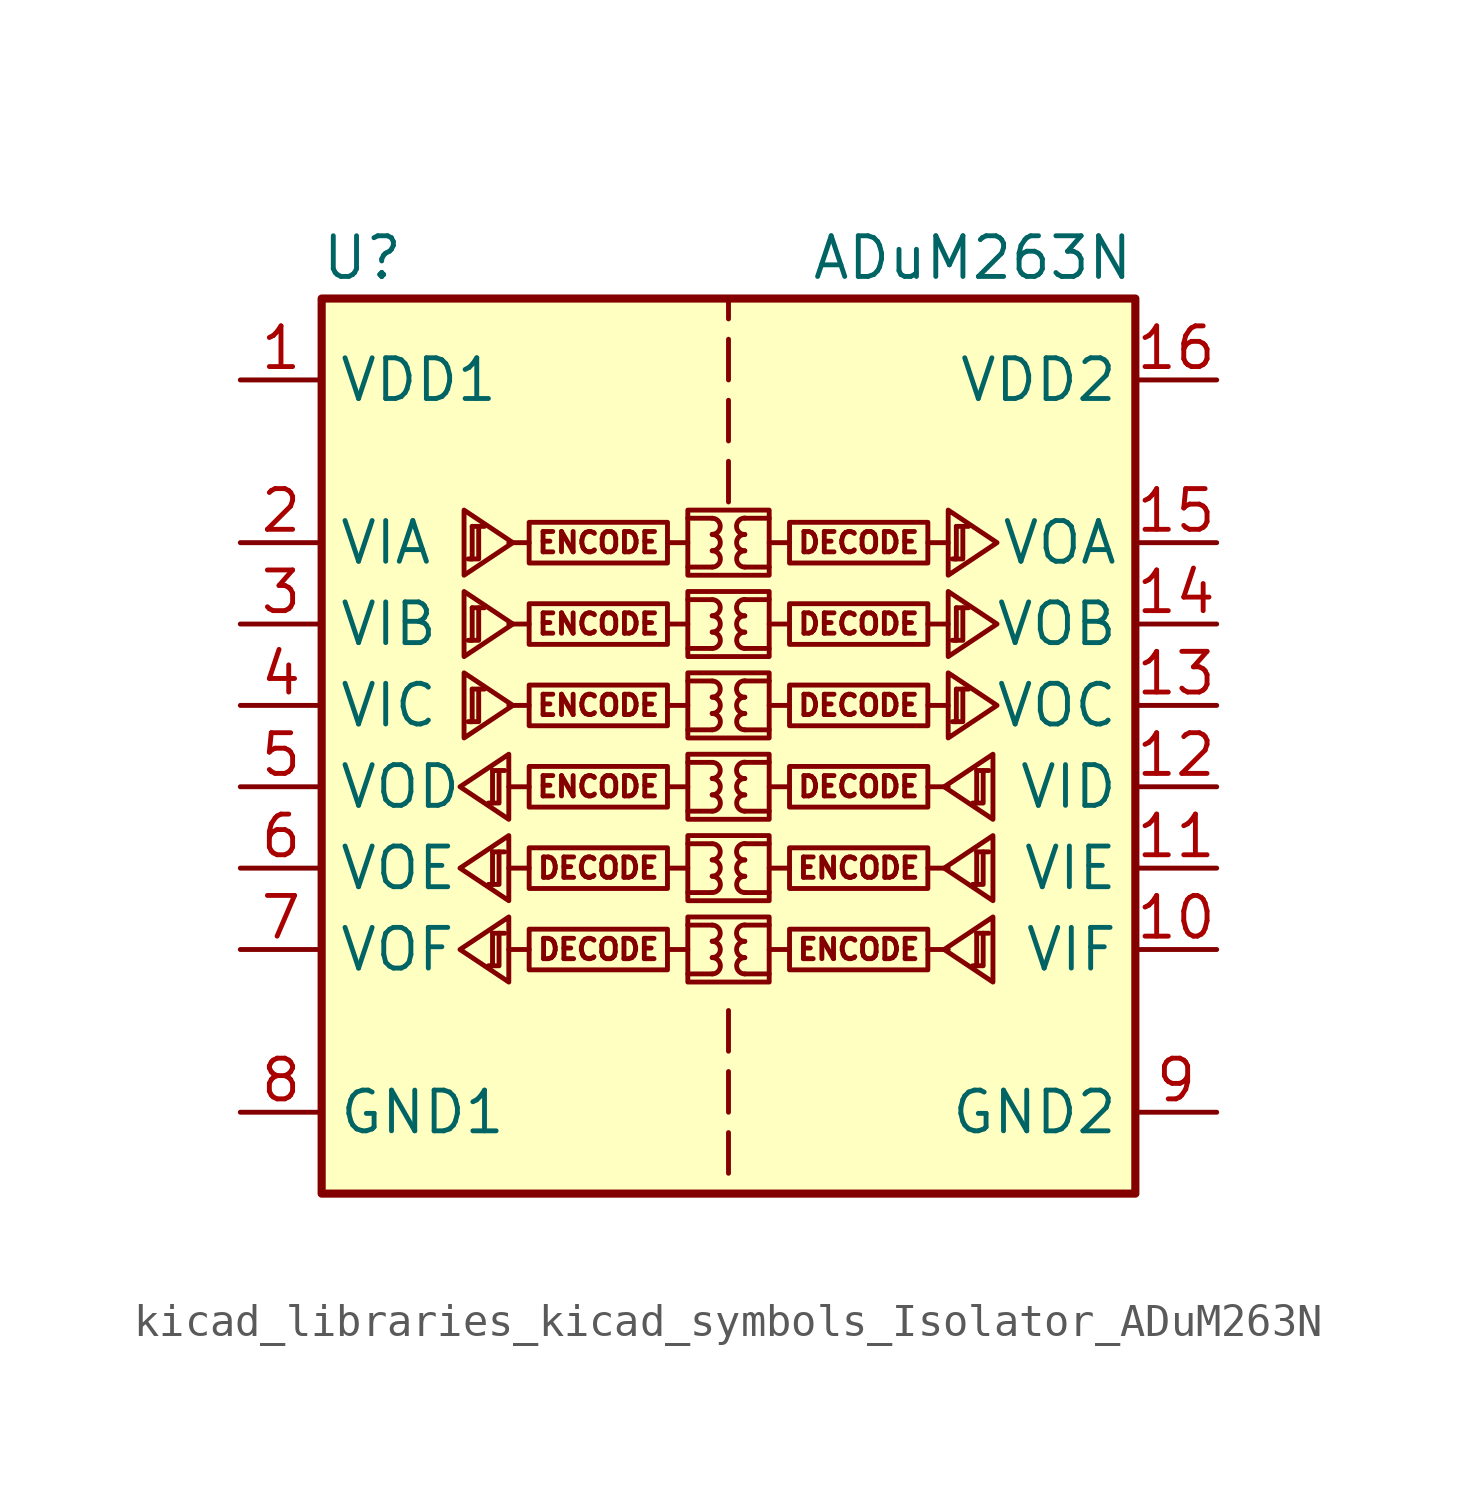
<source format=kicad_sym>
(kicad_symbol_lib
  (version 20220914)
  (generator kicad_symbol_editor)
  (symbol "kicad_libraries_kicad_symbols_Isolator_ADuM263N"
    (property "Reference" "U"
      (at -11.43 16.51 0)
      (effects (font (size 1.27 1.27))))
    (property "Value" "ADuM263N"
      (at 7.62 16.51 0)
      (effects (font (size 1.27 1.27))))
    (symbol "kicad_libraries_kicad_symbols_Isolator_ADuM263N_1_0"
      (rectangle (start -1.27 -4.064) (end 1.27 -6.096) (stroke (width 0) (type default)) (fill (type none)))
      (rectangle (start -1.27 -1.524) (end 1.27 -3.556) (stroke (width 0) (type default)) (fill (type none)))
      (rectangle (start -1.27 1.016) (end 1.27 -1.016) (stroke (width 0) (type default)) (fill (type none)))
      (rectangle (start -1.27 3.556) (end 1.27 1.524) (stroke (width 0) (type default)) (fill (type none)))
      (rectangle (start -1.27 6.096) (end 1.27 4.064) (stroke (width 0) (type default)) (fill (type none)))
      (rectangle (start -1.27 8.636) (end 1.27 6.604) (stroke (width 0) (type default)) (fill (type none)))
      (arc (start -0.508 -5.842) (mid -0.2551 -5.588) (end -0.508 -5.334) (stroke (width 0) (type default)) (fill (type none)))
      (arc (start -0.508 -5.334) (mid -0.2551 -5.08) (end -0.508 -4.826) (stroke (width 0) (type default)) (fill (type none)))
      (arc (start -0.508 -4.826) (mid -0.2551 -4.572) (end -0.508 -4.318) (stroke (width 0) (type default)) (fill (type none)))
      (arc (start -0.508 -3.302) (mid -0.2551 -3.048) (end -0.508 -2.794) (stroke (width 0) (type default)) (fill (type none)))
      (arc (start -0.508 -2.794) (mid -0.2551 -2.54) (end -0.508 -2.286) (stroke (width 0) (type default)) (fill (type none)))
      (arc (start -0.508 -2.286) (mid -0.2551 -2.032) (end -0.508 -1.778) (stroke (width 0) (type default)) (fill (type none)))
      (arc (start -0.508 -0.762) (mid -0.2551 -0.508) (end -0.508 -0.254) (stroke (width 0) (type default)) (fill (type none)))
      (arc (start -0.508 -0.254) (mid -0.2551 0) (end -0.508 0.254) (stroke (width 0) (type default)) (fill (type none)))
      (arc (start -0.508 0.254) (mid -0.2551 0.508) (end -0.508 0.762) (stroke (width 0) (type default)) (fill (type none)))
      (arc (start -0.508 1.778) (mid -0.2551 2.032) (end -0.508 2.286) (stroke (width 0) (type default)) (fill (type none)))
      (arc (start -0.508 2.286) (mid -0.2551 2.54) (end -0.508 2.794) (stroke (width 0) (type default)) (fill (type none)))
      (arc (start -0.508 2.794) (mid -0.2551 3.048) (end -0.508 3.302) (stroke (width 0) (type default)) (fill (type none)))
      (arc (start -0.508 4.318) (mid -0.2551 4.572) (end -0.508 4.826) (stroke (width 0) (type default)) (fill (type none)))
      (arc (start -0.508 4.826) (mid -0.2551 5.08) (end -0.508 5.334) (stroke (width 0) (type default)) (fill (type none)))
      (arc (start -0.508 5.334) (mid -0.2551 5.588) (end -0.508 5.842) (stroke (width 0) (type default)) (fill (type none)))
      (arc (start -0.508 6.858) (mid -0.2551 7.112) (end -0.508 7.366) (stroke (width 0) (type default)) (fill (type none)))
      (arc (start -0.508 7.366) (mid -0.2551 7.62) (end -0.508 7.874) (stroke (width 0) (type default)) (fill (type none)))
      (arc (start -0.508 7.874) (mid -0.2551 8.128) (end -0.508 8.382) (stroke (width 0) (type default)) (fill (type none)))
      (polyline (pts (xy -6.223 -5.08) (xy -6.858 -5.08)) (stroke (width 0) (type default)) (fill (type none)))
      (polyline (pts (xy -6.223 -2.54) (xy -6.858 -2.54)) (stroke (width 0) (type default)) (fill (type none)))
      (polyline (pts (xy -6.223 0) (xy -6.858 0)) (stroke (width 0) (type default)) (fill (type none)))
      (polyline (pts (xy -6.223 2.54) (xy -6.858 2.54)) (stroke (width 0) (type default)) (fill (type none)))
      (polyline (pts (xy -6.223 5.08) (xy -6.858 5.08)) (stroke (width 0) (type default)) (fill (type none)))
      (polyline (pts (xy -6.223 7.62) (xy -6.858 7.62)) (stroke (width 0) (type default)) (fill (type none)))
      (polyline (pts (xy -1.905 -5.08) (xy -1.27 -5.08)) (stroke (width 0) (type default)) (fill (type none)))
      (polyline (pts (xy -1.905 -2.54) (xy -1.27 -2.54)) (stroke (width 0) (type default)) (fill (type none)))
      (polyline (pts (xy -1.905 0) (xy -1.27 0)) (stroke (width 0) (type default)) (fill (type none)))
      (polyline (pts (xy -1.905 2.54) (xy -1.27 2.54)) (stroke (width 0) (type default)) (fill (type none)))
      (polyline (pts (xy -1.905 5.08) (xy -1.27 5.08)) (stroke (width 0) (type default)) (fill (type none)))
      (polyline (pts (xy -1.905 7.62) (xy -1.27 7.62)) (stroke (width 0) (type default)) (fill (type none)))
      (polyline (pts (xy -1.27 -5.842) (xy -0.508 -5.842)) (stroke (width 0) (type default)) (fill (type none)))
      (polyline (pts (xy -1.27 -4.318) (xy -0.508 -4.318)) (stroke (width 0) (type default)) (fill (type none)))
      (polyline (pts (xy -1.27 -3.302) (xy -0.508 -3.302)) (stroke (width 0) (type default)) (fill (type none)))
      (polyline (pts (xy -1.27 -1.778) (xy -0.508 -1.778)) (stroke (width 0) (type default)) (fill (type none)))
      (polyline (pts (xy -1.27 -0.762) (xy -0.508 -0.762)) (stroke (width 0) (type default)) (fill (type none)))
      (polyline (pts (xy -1.27 0.762) (xy -0.508 0.762)) (stroke (width 0) (type default)) (fill (type none)))
      (polyline (pts (xy -1.27 1.778) (xy -0.508 1.778)) (stroke (width 0) (type default)) (fill (type none)))
      (polyline (pts (xy -1.27 3.302) (xy -0.508 3.302)) (stroke (width 0) (type default)) (fill (type none)))
      (polyline (pts (xy -1.27 4.318) (xy -0.508 4.318)) (stroke (width 0) (type default)) (fill (type none)))
      (polyline (pts (xy -1.27 5.842) (xy -0.508 5.842)) (stroke (width 0) (type default)) (fill (type none)))
      (polyline (pts (xy -1.27 6.858) (xy -0.508 6.858)) (stroke (width 0) (type default)) (fill (type none)))
      (polyline (pts (xy -1.27 8.382) (xy -0.508 8.382)) (stroke (width 0) (type default)) (fill (type none)))
      (polyline (pts (xy 0 -10.795) (xy 0 -12.065)) (stroke (width 0) (type default)) (fill (type none)))
      (polyline (pts (xy 0 -8.89) (xy 0 -10.16)) (stroke (width 0) (type default)) (fill (type none)))
      (polyline (pts (xy 0 -6.985) (xy 0 -8.255)) (stroke (width 0) (type default)) (fill (type none)))
      (polyline (pts (xy 0 8.89) (xy 0 10.16)) (stroke (width 0) (type default)) (fill (type none)))
      (polyline (pts (xy 0 10.795) (xy 0 12.065)) (stroke (width 0) (type default)) (fill (type none)))
      (polyline (pts (xy 0 12.7) (xy 0 13.97)) (stroke (width 0) (type default)) (fill (type none)))
      (polyline (pts (xy 0 15.24) (xy 0 14.605)) (stroke (width 0) (type default)) (fill (type none)))
      (polyline (pts (xy 1.27 -5.842) (xy 0.508 -5.842)) (stroke (width 0) (type default)) (fill (type none)))
      (polyline (pts (xy 1.27 -4.318) (xy 0.508 -4.318)) (stroke (width 0) (type default)) (fill (type none)))
      (polyline (pts (xy 1.27 -3.302) (xy 0.508 -3.302)) (stroke (width 0) (type default)) (fill (type none)))
      (polyline (pts (xy 1.27 -1.778) (xy 0.508 -1.778)) (stroke (width 0) (type default)) (fill (type none)))
      (polyline (pts (xy 1.27 -0.762) (xy 0.508 -0.762)) (stroke (width 0) (type default)) (fill (type none)))
      (polyline (pts (xy 1.27 0.762) (xy 0.508 0.762)) (stroke (width 0) (type default)) (fill (type none)))
      (polyline (pts (xy 1.27 1.778) (xy 0.508 1.778)) (stroke (width 0) (type default)) (fill (type none)))
      (polyline (pts (xy 1.27 3.302) (xy 0.508 3.302)) (stroke (width 0) (type default)) (fill (type none)))
      (polyline (pts (xy 1.27 4.318) (xy 0.508 4.318)) (stroke (width 0) (type default)) (fill (type none)))
      (polyline (pts (xy 1.27 5.842) (xy 0.508 5.842)) (stroke (width 0) (type default)) (fill (type none)))
      (polyline (pts (xy 1.27 6.858) (xy 0.508 6.858)) (stroke (width 0) (type default)) (fill (type none)))
      (polyline (pts (xy 1.27 8.382) (xy 0.508 8.382)) (stroke (width 0) (type default)) (fill (type none)))
      (polyline (pts (xy 1.905 -5.08) (xy 1.27 -5.08)) (stroke (width 0) (type default)) (fill (type none)))
      (polyline (pts (xy 1.905 -2.54) (xy 1.27 -2.54)) (stroke (width 0) (type default)) (fill (type none)))
      (polyline (pts (xy 1.905 0) (xy 1.27 0)) (stroke (width 0) (type default)) (fill (type none)))
      (polyline (pts (xy 1.905 2.54) (xy 1.27 2.54)) (stroke (width 0) (type default)) (fill (type none)))
      (polyline (pts (xy 1.905 5.08) (xy 1.27 5.08)) (stroke (width 0) (type default)) (fill (type none)))
      (polyline (pts (xy 1.905 7.62) (xy 1.27 7.62)) (stroke (width 0) (type default)) (fill (type none)))
      (polyline (pts (xy 6.223 -5.08) (xy 6.858 -5.08)) (stroke (width 0) (type default)) (fill (type none)))
      (polyline (pts (xy 6.223 -2.54) (xy 6.858 -2.54)) (stroke (width 0) (type default)) (fill (type none)))
      (polyline (pts (xy 6.223 0) (xy 6.858 0)) (stroke (width 0) (type default)) (fill (type none)))
      (polyline (pts (xy 6.223 2.54) (xy 6.858 2.54)) (stroke (width 0) (type default)) (fill (type none)))
      (polyline (pts (xy 6.223 5.08) (xy 6.858 5.08)) (stroke (width 0) (type default)) (fill (type none)))
      (polyline (pts (xy 6.223 7.62) (xy 6.858 7.62)) (stroke (width 0) (type default)) (fill (type none)))
      (arc (start 0.508 -5.334) (mid 0.2551 -5.588) (end 0.508 -5.842) (stroke (width 0) (type default)) (fill (type none)))
      (arc (start 0.508 -4.826) (mid 0.2551 -5.08) (end 0.508 -5.334) (stroke (width 0) (type default)) (fill (type none)))
      (arc (start 0.508 -4.318) (mid 0.2551 -4.572) (end 0.508 -4.826) (stroke (width 0) (type default)) (fill (type none)))
      (arc (start 0.508 -2.794) (mid 0.2551 -3.048) (end 0.508 -3.302) (stroke (width 0) (type default)) (fill (type none)))
      (arc (start 0.508 -2.286) (mid 0.2551 -2.54) (end 0.508 -2.794) (stroke (width 0) (type default)) (fill (type none)))
      (arc (start 0.508 -1.778) (mid 0.2551 -2.032) (end 0.508 -2.286) (stroke (width 0) (type default)) (fill (type none)))
      (arc (start 0.508 -0.254) (mid 0.2551 -0.508) (end 0.508 -0.762) (stroke (width 0) (type default)) (fill (type none)))
      (arc (start 0.508 0.254) (mid 0.2551 0) (end 0.508 -0.254) (stroke (width 0) (type default)) (fill (type none)))
      (arc (start 0.508 0.762) (mid 0.2551 0.508) (end 0.508 0.254) (stroke (width 0) (type default)) (fill (type none)))
      (arc (start 0.508 2.286) (mid 0.2551 2.032) (end 0.508 1.778) (stroke (width 0) (type default)) (fill (type none)))
      (arc (start 0.508 2.794) (mid 0.2551 2.54) (end 0.508 2.286) (stroke (width 0) (type default)) (fill (type none)))
      (arc (start 0.508 3.302) (mid 0.2551 3.048) (end 0.508 2.794) (stroke (width 0) (type default)) (fill (type none)))
      (arc (start 0.508 4.826) (mid 0.2551 4.572) (end 0.508 4.318) (stroke (width 0) (type default)) (fill (type none)))
      (arc (start 0.508 5.334) (mid 0.2551 5.08) (end 0.508 4.826) (stroke (width 0) (type default)) (fill (type none)))
      (arc (start 0.508 5.842) (mid 0.2551 5.588) (end 0.508 5.334) (stroke (width 0) (type default)) (fill (type none)))
      (arc (start 0.508 7.366) (mid 0.2551 7.112) (end 0.508 6.858) (stroke (width 0) (type default)) (fill (type none)))
      (arc (start 0.508 7.874) (mid 0.2551 7.62) (end 0.508 7.366) (stroke (width 0) (type default)) (fill (type none)))
      (arc (start 0.508 8.382) (mid 0.2551 8.128) (end 0.508 7.874) (stroke (width 0) (type default)) (fill (type none)))
      (rectangle (start 1.905 -4.445) (end 6.223 -5.715) (stroke (width 0) (type default)) (fill (type none)))
      (rectangle (start 1.905 -1.905) (end 6.223 -3.175) (stroke (width 0) (type default)) (fill (type none)))
      (rectangle (start 1.905 0.635) (end 6.223 -0.635) (stroke (width 0) (type default)) (fill (type none)))
      (rectangle (start 1.905 3.175) (end 6.223 1.905) (stroke (width 0) (type default)) (fill (type none)))
      (rectangle (start 1.905 5.715) (end 6.223 4.445) (stroke (width 0) (type default)) (fill (type none)))
      (rectangle (start 1.905 8.255) (end 6.223 6.985) (stroke (width 0) (type default)) (fill (type none)))
      (text "DECODE" (at -4.064 -5.08 0) (effects (font (size 0.635 0.635))))
      (text "DECODE" (at -4.064 -2.54 0) (effects (font (size 0.635 0.635))))
      (text "DECODE" (at 4.064 0 0) (effects (font (size 0.635 0.635))))
      (text "DECODE" (at 4.064 2.54 0) (effects (font (size 0.635 0.635))))
      (text "DECODE" (at 4.064 5.08 0) (effects (font (size 0.635 0.635))))
      (text "DECODE" (at 4.064 7.62 0) (effects (font (size 0.635 0.635))))
      (text "ENCODE" (at -4.064 0 0) (effects (font (size 0.635 0.635))))
      (text "ENCODE" (at -4.064 2.54 0) (effects (font (size 0.635 0.635))))
      (text "ENCODE" (at -4.064 5.08 0) (effects (font (size 0.635 0.635))))
      (text "ENCODE" (at -4.064 7.62 0) (effects (font (size 0.635 0.635))))
      (text "ENCODE" (at 4.064 -5.08 0) (effects (font (size 0.635 0.635))))
      (text "ENCODE" (at 4.064 -2.54 0) (effects (font (size 0.635 0.635)))))
    (symbol "kicad_libraries_kicad_symbols_Isolator_ADuM263N_1_1"
      (rectangle (start -12.7 15.24) (end 12.7 -12.7) (stroke (width 0.254) (type default)) (fill (type background)))
      (rectangle (start -1.905 -4.445) (end -6.223 -5.715) (stroke (width 0) (type default)) (fill (type none)))
      (rectangle (start -1.905 -1.905) (end -6.223 -3.175) (stroke (width 0) (type default)) (fill (type none)))
      (rectangle (start -1.905 0.635) (end -6.223 -0.635) (stroke (width 0) (type default)) (fill (type none)))
      (rectangle (start -1.905 3.175) (end -6.223 1.905) (stroke (width 0) (type default)) (fill (type none)))
      (rectangle (start -1.905 5.715) (end -6.223 4.445) (stroke (width 0) (type default)) (fill (type none)))
      (rectangle (start -1.905 8.255) (end -6.223 6.985) (stroke (width 0) (type default)) (fill (type none)))
      (polyline (pts (xy -8.001 3.048) (xy -7.62 3.048)) (stroke (width 0) (type default)) (fill (type none)))
      (polyline (pts (xy -8.001 5.588) (xy -7.62 5.588)) (stroke (width 0) (type default)) (fill (type none)))
      (polyline (pts (xy -8.001 8.128) (xy -7.62 8.128)) (stroke (width 0) (type default)) (fill (type none)))
      (polyline (pts (xy -7.366 -4.572) (xy -6.985 -4.572)) (stroke (width 0) (type default)) (fill (type none)))
      (polyline (pts (xy -7.366 -2.032) (xy -6.985 -2.032)) (stroke (width 0) (type default)) (fill (type none)))
      (polyline (pts (xy -7.366 0.508) (xy -6.985 0.508)) (stroke (width 0) (type default)) (fill (type none)))
      (polyline (pts (xy 7.112 3.048) (xy 7.493 3.048)) (stroke (width 0) (type default)) (fill (type none)))
      (polyline (pts (xy 7.112 5.588) (xy 7.493 5.588)) (stroke (width 0) (type default)) (fill (type none)))
      (polyline (pts (xy 7.112 8.128) (xy 7.493 8.128)) (stroke (width 0) (type default)) (fill (type none)))
      (polyline (pts (xy 7.747 -4.572) (xy 8.128 -4.572)) (stroke (width 0) (type default)) (fill (type none)))
      (polyline (pts (xy 7.747 -2.032) (xy 8.128 -2.032)) (stroke (width 0) (type default)) (fill (type none)))
      (polyline (pts (xy 7.747 0.508) (xy 8.128 0.508)) (stroke (width 0) (type default)) (fill (type none)))
      (polyline (pts (xy -8.052 2.032) (xy -7.798 2.032) (xy -7.798 3.048)) (stroke (width 0) (type default)) (fill (type none)))
      (polyline (pts (xy -8.052 4.572) (xy -7.798 4.572) (xy -7.798 5.588)) (stroke (width 0) (type default)) (fill (type none)))
      (polyline (pts (xy -8.052 7.112) (xy -7.798 7.112) (xy -7.798 8.128)) (stroke (width 0) (type default)) (fill (type none)))
      (polyline (pts (xy -8.001 3.048) (xy -8.001 2.032) (xy -8.128 2.032)) (stroke (width 0) (type default)) (fill (type none)))
      (polyline (pts (xy -8.001 5.588) (xy -8.001 4.572) (xy -8.128 4.572)) (stroke (width 0) (type default)) (fill (type none)))
      (polyline (pts (xy -8.001 8.128) (xy -8.001 7.112) (xy -8.128 7.112)) (stroke (width 0) (type default)) (fill (type none)))
      (polyline (pts (xy -7.417 -5.588) (xy -7.163 -5.588) (xy -7.163 -4.572)) (stroke (width 0) (type default)) (fill (type none)))
      (polyline (pts (xy -7.417 -3.048) (xy -7.163 -3.048) (xy -7.163 -2.032)) (stroke (width 0) (type default)) (fill (type none)))
      (polyline (pts (xy -7.417 -0.508) (xy -7.163 -0.508) (xy -7.163 0.508)) (stroke (width 0) (type default)) (fill (type none)))
      (polyline (pts (xy -7.366 -4.572) (xy -7.366 -5.588) (xy -7.493 -5.588)) (stroke (width 0) (type default)) (fill (type none)))
      (polyline (pts (xy -7.366 -2.032) (xy -7.366 -3.048) (xy -7.493 -3.048)) (stroke (width 0) (type default)) (fill (type none)))
      (polyline (pts (xy -7.366 0.508) (xy -7.366 -0.508) (xy -7.493 -0.508)) (stroke (width 0) (type default)) (fill (type none)))
      (polyline (pts (xy 7.061 2.032) (xy 7.315 2.032) (xy 7.315 3.048)) (stroke (width 0) (type default)) (fill (type none)))
      (polyline (pts (xy 7.061 4.572) (xy 7.315 4.572) (xy 7.315 5.588)) (stroke (width 0) (type default)) (fill (type none)))
      (polyline (pts (xy 7.061 7.112) (xy 7.315 7.112) (xy 7.315 8.128)) (stroke (width 0) (type default)) (fill (type none)))
      (polyline (pts (xy 7.112 3.048) (xy 7.112 2.032) (xy 6.985 2.032)) (stroke (width 0) (type default)) (fill (type none)))
      (polyline (pts (xy 7.112 5.588) (xy 7.112 4.572) (xy 6.985 4.572)) (stroke (width 0) (type default)) (fill (type none)))
      (polyline (pts (xy 7.112 8.128) (xy 7.112 7.112) (xy 6.985 7.112)) (stroke (width 0) (type default)) (fill (type none)))
      (polyline (pts (xy 7.696 -5.588) (xy 7.95 -5.588) (xy 7.95 -4.572)) (stroke (width 0) (type default)) (fill (type none)))
      (polyline (pts (xy 7.696 -3.048) (xy 7.95 -3.048) (xy 7.95 -2.032)) (stroke (width 0) (type default)) (fill (type none)))
      (polyline (pts (xy 7.696 -0.508) (xy 7.95 -0.508) (xy 7.95 0.508)) (stroke (width 0) (type default)) (fill (type none)))
      (polyline (pts (xy 7.747 -4.572) (xy 7.747 -5.588) (xy 7.62 -5.588)) (stroke (width 0) (type default)) (fill (type none)))
      (polyline (pts (xy 7.747 -2.032) (xy 7.747 -3.048) (xy 7.62 -3.048)) (stroke (width 0) (type default)) (fill (type none)))
      (polyline (pts (xy 7.747 0.508) (xy 7.747 -0.508) (xy 7.62 -0.508)) (stroke (width 0) (type default)) (fill (type none)))
      (polyline (pts (xy -8.382 -5.08) (xy -6.858 -4.064) (xy -6.858 -6.096) (xy -8.382 -5.08)) (stroke (width 0) (type default)) (fill (type none)))
      (polyline (pts (xy -8.382 -2.54) (xy -6.858 -1.524) (xy -6.858 -3.556) (xy -8.382 -2.54)) (stroke (width 0) (type default)) (fill (type none)))
      (polyline (pts (xy -8.382 0) (xy -6.858 1.016) (xy -6.858 -1.016) (xy -8.382 0)) (stroke (width 0) (type default)) (fill (type none)))
      (polyline (pts (xy -6.731 2.54) (xy -8.255 3.556) (xy -8.255 1.524) (xy -6.731 2.54)) (stroke (width 0) (type default)) (fill (type none)))
      (polyline (pts (xy -6.731 5.08) (xy -8.255 6.096) (xy -8.255 4.064) (xy -6.731 5.08)) (stroke (width 0) (type default)) (fill (type none)))
      (polyline (pts (xy -6.731 7.62) (xy -8.255 8.636) (xy -8.255 6.604) (xy -6.731 7.62)) (stroke (width 0) (type default)) (fill (type none)))
      (polyline (pts (xy 6.731 -5.08) (xy 8.255 -4.064) (xy 8.255 -6.096) (xy 6.731 -5.08)) (stroke (width 0) (type default)) (fill (type none)))
      (polyline (pts (xy 6.731 -2.54) (xy 8.255 -1.524) (xy 8.255 -3.556) (xy 6.731 -2.54)) (stroke (width 0) (type default)) (fill (type none)))
      (polyline (pts (xy 6.731 0) (xy 8.255 1.016) (xy 8.255 -1.016) (xy 6.731 0)) (stroke (width 0) (type default)) (fill (type none)))
      (polyline (pts (xy 8.382 2.54) (xy 6.858 3.556) (xy 6.858 1.524) (xy 8.382 2.54)) (stroke (width 0) (type default)) (fill (type none)))
      (polyline (pts (xy 8.382 5.08) (xy 6.858 6.096) (xy 6.858 4.064) (xy 8.382 5.08)) (stroke (width 0) (type default)) (fill (type none)))
      (polyline (pts (xy 8.382 7.62) (xy 6.858 8.636) (xy 6.858 6.604) (xy 8.382 7.62)) (stroke (width 0) (type default)) (fill (type none)))
      (pin power_in line (at -15.24 12.7 0) (length 2.54) (name "VDD1" (effects (font (size 1.27 1.27)))) (number "1" (effects (font (size 1.27 1.27)))))
      (pin input line (at 15.24 -5.08 180) (length 2.54) (name "VIF" (effects (font (size 1.27 1.27)))) (number "10" (effects (font (size 1.27 1.27)))))
      (pin input line (at 15.24 -2.54 180) (length 2.54) (name "VIE" (effects (font (size 1.27 1.27)))) (number "11" (effects (font (size 1.27 1.27)))))
      (pin input line (at 15.24 0 180) (length 2.54) (name "VID" (effects (font (size 1.27 1.27)))) (number "12" (effects (font (size 1.27 1.27)))))
      (pin output line (at 15.24 2.54 180) (length 2.54) (name "VOC" (effects (font (size 1.27 1.27)))) (number "13" (effects (font (size 1.27 1.27)))))
      (pin output line (at 15.24 5.08 180) (length 2.54) (name "VOB" (effects (font (size 1.27 1.27)))) (number "14" (effects (font (size 1.27 1.27)))))
      (pin output line (at 15.24 7.62 180) (length 2.54) (name "VOA" (effects (font (size 1.27 1.27)))) (number "15" (effects (font (size 1.27 1.27)))))
      (pin power_in line (at 15.24 12.7 180) (length 2.54) (name "VDD2" (effects (font (size 1.27 1.27)))) (number "16" (effects (font (size 1.27 1.27)))))
      (pin input line (at -15.24 7.62 0) (length 2.54) (name "VIA" (effects (font (size 1.27 1.27)))) (number "2" (effects (font (size 1.27 1.27)))))
      (pin input line (at -15.24 5.08 0) (length 2.54) (name "VIB" (effects (font (size 1.27 1.27)))) (number "3" (effects (font (size 1.27 1.27)))))
      (pin input line (at -15.24 2.54 0) (length 2.54) (name "VIC" (effects (font (size 1.27 1.27)))) (number "4" (effects (font (size 1.27 1.27)))))
      (pin output line (at -15.24 0 0) (length 2.54) (name "VOD" (effects (font (size 1.27 1.27)))) (number "5" (effects (font (size 1.27 1.27)))))
      (pin output line (at -15.24 -2.54 0) (length 2.54) (name "VOE" (effects (font (size 1.27 1.27)))) (number "6" (effects (font (size 1.27 1.27)))))
      (pin output line (at -15.24 -5.08 0) (length 2.54) (name "VOF" (effects (font (size 1.27 1.27)))) (number "7" (effects (font (size 1.27 1.27)))))
      (pin power_in line (at -15.24 -10.16 0) (length 2.54) (name "GND1" (effects (font (size 1.27 1.27)))) (number "8" (effects (font (size 1.27 1.27)))))
      (pin power_in line (at 15.24 -10.16 180) (length 2.54) (name "GND2" (effects (font (size 1.27 1.27)))) (number "9" (effects (font (size 1.27 1.27))))))))
</source>
